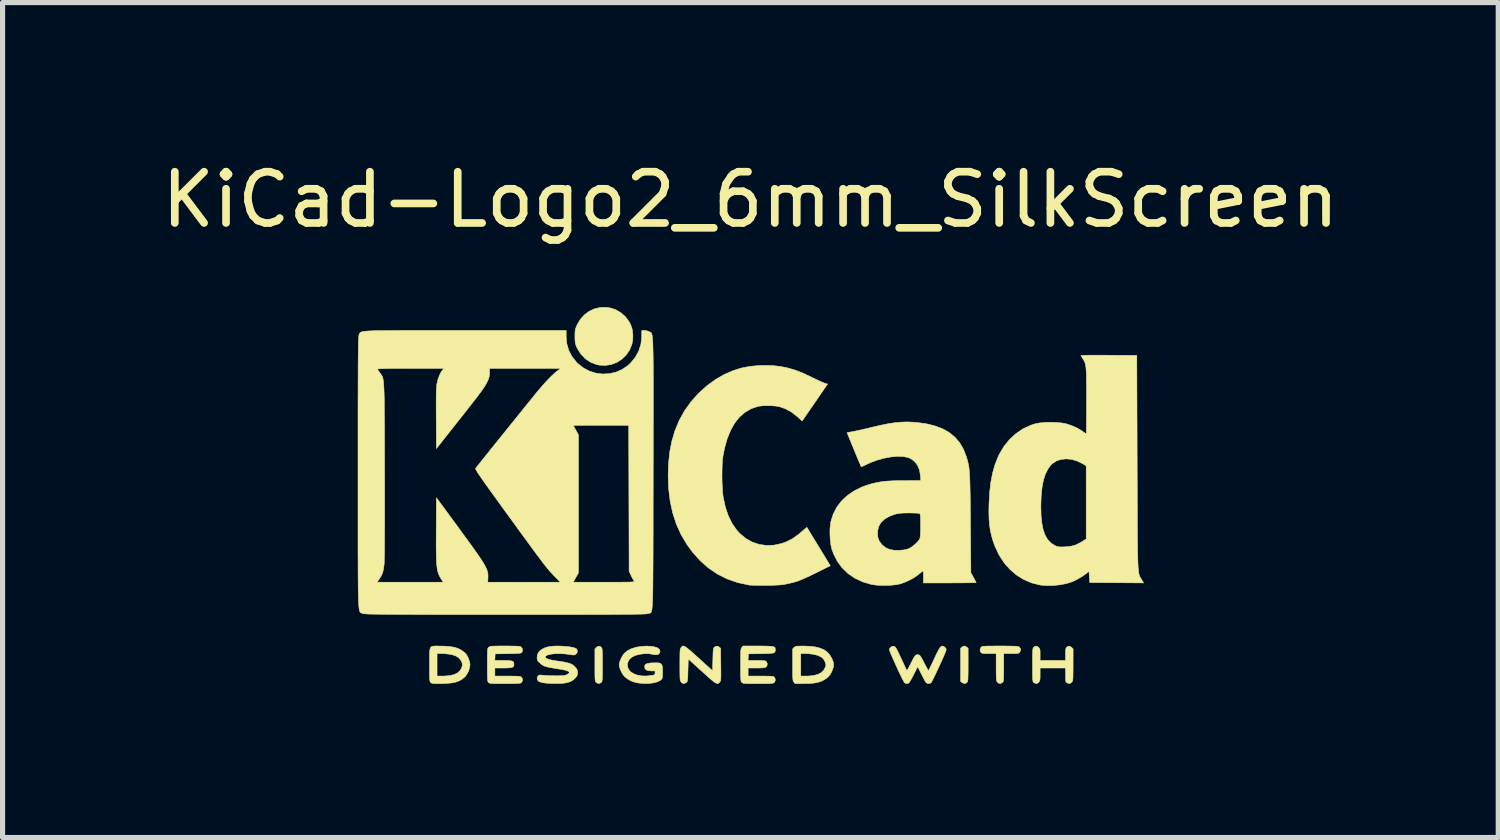
<source format=kicad_pcb>
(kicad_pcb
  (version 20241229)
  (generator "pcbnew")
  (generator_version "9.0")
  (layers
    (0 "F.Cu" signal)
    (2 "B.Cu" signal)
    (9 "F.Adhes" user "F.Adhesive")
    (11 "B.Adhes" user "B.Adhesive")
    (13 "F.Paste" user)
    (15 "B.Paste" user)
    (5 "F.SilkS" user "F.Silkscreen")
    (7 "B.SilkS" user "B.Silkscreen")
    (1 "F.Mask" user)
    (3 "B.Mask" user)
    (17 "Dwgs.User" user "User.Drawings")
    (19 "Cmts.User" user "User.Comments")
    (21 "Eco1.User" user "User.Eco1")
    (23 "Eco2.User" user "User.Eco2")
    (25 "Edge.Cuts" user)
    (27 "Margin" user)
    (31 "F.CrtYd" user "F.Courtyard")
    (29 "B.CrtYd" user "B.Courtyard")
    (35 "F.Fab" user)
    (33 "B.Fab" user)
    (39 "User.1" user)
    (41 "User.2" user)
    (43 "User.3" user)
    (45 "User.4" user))
  (footprint "KiCad-Logo2_6mm_SilkScreen"
    (layer "F.Cu")
    (at 11.601 5.928)
    (property "Reference" "KiCad-Logo2_6mm_SilkScreen" (at 0 -5.08 0) (layer "F.SilkS") (effects (font (size 1 1) (thickness 0.15))))
    (attr board_only exclude_from_pos_files exclude_from_bom allow_missing_courtyard)
    (fp_poly (pts (xy 4.2 3.642) (xy 4.224 3.657) (xy 4.251 3.678) (xy 4.251 4) (xy 4.251 4.094) (xy 4.25 4.168) (xy 4.249 4.225) (xy 4.248 4.267) (xy 4.246 4.297) (xy 4.243 4.317) (xy 4.239 4.331) (xy 4.233 4.341) (xy 4.229 4.345) (xy 4.198 4.366) (xy 4.162 4.365) (xy 4.131 4.347) (xy 4.104 4.326) (xy 4.104 3.678) (xy 4.131 3.657) (xy 4.156 3.641) (xy 4.177 3.635) (xy 4.2 3.642)) (stroke (width 0.01) (type solid)) (fill yes) (layer "F.SilkS"))
    (fp_poly (pts (xy -2.912 3.658) (xy -2.906 3.665) (xy -2.9 3.675) (xy -2.896 3.69) (xy -2.894 3.712) (xy -2.892 3.744) (xy -2.89 3.789) (xy -2.89 3.849) (xy -2.89 3.926) (xy -2.89 4.002) (xy -2.89 4.096) (xy -2.89 4.17) (xy -2.891 4.226) (xy -2.892 4.268) (xy -2.894 4.298) (xy -2.897 4.318) (xy -2.901 4.332) (xy -2.907 4.341) (xy -2.912 4.346) (xy -2.945 4.366) (xy -2.98 4.364) (xy -3.012 4.343) (xy -3.019 4.335) (xy -3.025 4.325) (xy -3.029 4.311) (xy -3.032 4.291) (xy -3.034 4.261) (xy -3.035 4.219) (xy -3.036 4.162) (xy -3.036 4.088) (xy -3.036 4.004) (xy -3.036 3.691) (xy -3.009 3.663) (xy -2.974 3.64) (xy -2.941 3.639) (xy -2.912 3.658)) (stroke (width 0.01) (type solid)) (fill yes) (layer "F.SilkS"))
    (fp_poly (pts (xy -2.726 -2.964) (xy -2.623 -2.928) (xy -2.527 -2.871) (xy -2.441 -2.795) (xy -2.369 -2.697) (xy -2.336 -2.636) (xy -2.308 -2.55) (xy -2.295 -2.451) (xy -2.296 -2.35) (xy -2.313 -2.257) (xy -2.359 -2.145) (xy -2.425 -2.047) (xy -2.509 -1.966) (xy -2.606 -1.904) (xy -2.714 -1.862) (xy -2.829 -1.844) (xy -2.948 -1.849) (xy -3.007 -1.862) (xy -3.121 -1.906) (xy -3.222 -1.974) (xy -3.309 -2.063) (xy -3.377 -2.171) (xy -3.383 -2.183) (xy -3.403 -2.227) (xy -3.415 -2.265) (xy -3.422 -2.304) (xy -3.425 -2.355) (xy -3.426 -2.41) (xy -3.425 -2.476) (xy -3.421 -2.523) (xy -3.413 -2.562) (xy -3.399 -2.6) (xy -3.382 -2.639) (xy -3.318 -2.747) (xy -3.238 -2.834) (xy -3.147 -2.901) (xy -3.047 -2.948) (xy -2.941 -2.973) (xy -2.833 -2.979) (xy -2.726 -2.964)) (stroke (width 0.01) (type solid)) (fill yes) (layer "F.SilkS"))
    (fp_poly (pts (xy 4.975 3.635) (xy 5.053 3.636) (xy 5.115 3.637) (xy 5.161 3.638) (xy 5.194 3.64) (xy 5.217 3.643) (xy 5.232 3.646) (xy 5.243 3.651) (xy 5.248 3.655) (xy 5.273 3.688) (xy 5.276 3.721) (xy 5.26 3.752) (xy 5.25 3.764) (xy 5.239 3.773) (xy 5.223 3.778) (xy 5.197 3.781) (xy 5.159 3.782) (xy 5.102 3.782) (xy 5.091 3.782) (xy 4.945 3.782) (xy 4.945 4.053) (xy 4.945 4.138) (xy 4.944 4.204) (xy 4.943 4.253) (xy 4.942 4.288) (xy 4.939 4.312) (xy 4.935 4.328) (xy 4.929 4.338) (xy 4.922 4.346) (xy 4.889 4.366) (xy 4.855 4.365) (xy 4.824 4.342) (xy 4.822 4.339) (xy 4.814 4.329) (xy 4.808 4.316) (xy 4.804 4.299) (xy 4.801 4.274) (xy 4.8 4.238) (xy 4.799 4.188) (xy 4.798 4.122) (xy 4.798 4.046) (xy 4.798 3.782) (xy 4.659 3.782) (xy 4.599 3.782) (xy 4.558 3.78) (xy 4.53 3.777) (xy 4.513 3.771) (xy 4.502 3.763) (xy 4.501 3.761) (xy 4.484 3.728) (xy 4.486 3.691) (xy 4.505 3.658) (xy 4.512 3.651) (xy 4.521 3.646) (xy 4.535 3.643) (xy 4.556 3.64) (xy 4.587 3.638) (xy 4.63 3.636) (xy 4.687 3.636) (xy 4.762 3.635) (xy 4.856 3.635) (xy 4.876 3.635) (xy 4.975 3.635)) (stroke (width 0.01) (type solid)) (fill yes) (layer "F.SilkS"))
    (fp_poly (pts (xy 6.241 3.641) (xy 6.272 3.663) (xy 6.3 3.691) (xy 6.3 4) (xy 6.3 4.092) (xy 6.299 4.164) (xy 6.298 4.219) (xy 6.297 4.26) (xy 6.295 4.289) (xy 6.291 4.309) (xy 6.287 4.323) (xy 6.281 4.333) (xy 6.276 4.339) (xy 6.245 4.364) (xy 6.21 4.367) (xy 6.178 4.351) (xy 6.167 4.343) (xy 6.16 4.331) (xy 6.156 4.312) (xy 6.154 4.281) (xy 6.153 4.235) (xy 6.153 4.199) (xy 6.153 4.064) (xy 5.656 4.064) (xy 5.656 4.187) (xy 5.656 4.243) (xy 5.654 4.282) (xy 5.649 4.308) (xy 5.642 4.326) (xy 5.633 4.339) (xy 5.602 4.364) (xy 5.567 4.367) (xy 5.533 4.349) (xy 5.524 4.34) (xy 5.518 4.328) (xy 5.514 4.309) (xy 5.511 4.28) (xy 5.51 4.236) (xy 5.509 4.174) (xy 5.509 4.16) (xy 5.509 4.044) (xy 5.508 3.948) (xy 5.508 3.87) (xy 5.509 3.809) (xy 5.51 3.762) (xy 5.512 3.727) (xy 5.514 3.701) (xy 5.517 3.684) (xy 5.521 3.672) (xy 5.526 3.664) (xy 5.532 3.658) (xy 5.564 3.638) (xy 5.597 3.641) (xy 5.628 3.663) (xy 5.641 3.677) (xy 5.649 3.693) (xy 5.654 3.716) (xy 5.656 3.75) (xy 5.656 3.802) (xy 5.656 3.917) (xy 6.153 3.917) (xy 6.153 3.799) (xy 6.153 3.744) (xy 6.155 3.707) (xy 6.16 3.683) (xy 6.167 3.668) (xy 6.175 3.658) (xy 6.207 3.638) (xy 6.241 3.641)) (stroke (width 0.01) (type solid)) (fill yes) (layer "F.SilkS"))
    (fp_poly (pts (xy 1.03 3.635) (xy 1.159 3.64) (xy 1.269 3.653) (xy 1.361 3.676) (xy 1.438 3.709) (xy 1.5 3.754) (xy 1.551 3.81) (xy 1.591 3.88) (xy 1.592 3.882) (xy 1.616 3.944) (xy 1.625 3.999) (xy 1.618 4.054) (xy 1.595 4.117) (xy 1.591 4.127) (xy 1.562 4.183) (xy 1.529 4.227) (xy 1.487 4.264) (xy 1.429 4.3) (xy 1.426 4.302) (xy 1.375 4.326) (xy 1.318 4.344) (xy 1.251 4.357) (xy 1.17 4.365) (xy 1.072 4.368) (xy 1.037 4.368) (xy 0.871 4.369) (xy 0.848 4.339) (xy 0.841 4.33) (xy 0.836 4.318) (xy 0.831 4.302) (xy 0.829 4.279) (xy 0.827 4.247) (xy 0.826 4.222) (xy 0.983 4.222) (xy 1.076 4.222) (xy 1.131 4.221) (xy 1.188 4.216) (xy 1.234 4.21) (xy 1.237 4.21) (xy 1.319 4.188) (xy 1.383 4.155) (xy 1.43 4.109) (xy 1.463 4.049) (xy 1.469 4.033) (xy 1.474 4.009) (xy 1.472 3.984) (xy 1.46 3.952) (xy 1.453 3.936) (xy 1.43 3.893) (xy 1.402 3.863) (xy 1.371 3.843) (xy 1.309 3.816) (xy 1.229 3.796) (xy 1.137 3.785) (xy 1.07 3.782) (xy 0.983 3.782) (xy 0.983 4.222) (xy 0.826 4.222) (xy 0.825 4.201) (xy 0.825 4.141) (xy 0.825 4.062) (xy 0.825 4) (xy 0.825 3.691) (xy 0.852 3.663) (xy 0.865 3.652) (xy 0.878 3.644) (xy 0.896 3.639) (xy 0.924 3.637) (xy 0.966 3.636) (xy 1.026 3.635) (xy 1.03 3.635)) (stroke (width 0.01) (type solid)) (fill yes) (layer "F.SilkS"))
    (fp_poly (pts (xy -6.11 3.635) (xy -6.07 3.636) (xy -5.954 3.638) (xy -5.858 3.647) (xy -5.776 3.661) (xy -5.707 3.683) (xy -5.647 3.714) (xy -5.592 3.753) (xy -5.572 3.77) (xy -5.54 3.81) (xy -5.511 3.864) (xy -5.488 3.924) (xy -5.476 3.981) (xy -5.475 4.002) (xy -5.483 4.061) (xy -5.504 4.125) (xy -5.535 4.186) (xy -5.572 4.235) (xy -5.578 4.24) (xy -5.629 4.282) (xy -5.684 4.314) (xy -5.748 4.338) (xy -5.823 4.354) (xy -5.912 4.364) (xy -6.019 4.369) (xy -6.068 4.369) (xy -6.13 4.369) (xy -6.174 4.367) (xy -6.203 4.365) (xy -6.222 4.36) (xy -6.235 4.353) (xy -6.242 4.346) (xy -6.249 4.339) (xy -6.254 4.329) (xy -6.258 4.315) (xy -6.261 4.293) (xy -6.263 4.26) (xy -6.264 4.216) (xy -6.265 4.156) (xy -6.265 4.078) (xy -6.265 4.002) (xy -6.265 3.901) (xy -6.265 3.821) (xy -6.264 3.782) (xy -6.118 3.782) (xy -6.118 4.222) (xy -6.025 4.222) (xy -5.969 4.221) (xy -5.91 4.216) (xy -5.861 4.211) (xy -5.86 4.21) (xy -5.781 4.191) (xy -5.719 4.161) (xy -5.673 4.119) (xy -5.643 4.073) (xy -5.625 4.022) (xy -5.626 3.974) (xy -5.647 3.923) (xy -5.689 3.87) (xy -5.746 3.831) (xy -5.821 3.805) (xy -5.871 3.795) (xy -5.928 3.789) (xy -5.988 3.784) (xy -6.039 3.782) (xy -6.042 3.782) (xy -6.118 3.782) (xy -6.264 3.782) (xy -6.264 3.758) (xy -6.259 3.711) (xy -6.251 3.678) (xy -6.238 3.656) (xy -6.218 3.643) (xy -6.191 3.637) (xy -6.155 3.635) (xy -6.11 3.635)) (stroke (width 0.01) (type solid)) (fill yes) (layer "F.SilkS"))
    (fp_poly (pts (xy -1.288 3.64) (xy -1.265 3.653) (xy -1.234 3.676) (xy -1.194 3.709) (xy -1.144 3.752) (xy -1.082 3.807) (xy -1.006 3.876) (xy -0.92 3.954) (xy -0.739 4.118) (xy -0.733 3.898) (xy -0.731 3.823) (xy -0.729 3.766) (xy -0.727 3.726) (xy -0.724 3.698) (xy -0.72 3.681) (xy -0.714 3.669) (xy -0.705 3.66) (xy -0.701 3.657) (xy -0.667 3.638) (xy -0.634 3.641) (xy -0.608 3.657) (xy -0.581 3.678) (xy -0.578 3.993) (xy -0.577 4.086) (xy -0.576 4.159) (xy -0.576 4.214) (xy -0.577 4.256) (xy -0.579 4.285) (xy -0.582 4.305) (xy -0.586 4.32) (xy -0.592 4.33) (xy -0.598 4.339) (xy -0.612 4.354) (xy -0.625 4.365) (xy -0.64 4.369) (xy -0.659 4.365) (xy -0.684 4.353) (xy -0.716 4.331) (xy -0.757 4.298) (xy -0.809 4.253) (xy -0.874 4.195) (xy -0.948 4.128) (xy -1.213 3.888) (xy -1.219 4.107) (xy -1.221 4.182) (xy -1.223 4.239) (xy -1.225 4.279) (xy -1.228 4.306) (xy -1.233 4.324) (xy -1.239 4.335) (xy -1.247 4.344) (xy -1.251 4.347) (xy -1.288 4.367) (xy -1.323 4.364) (xy -1.353 4.339) (xy -1.36 4.329) (xy -1.366 4.318) (xy -1.37 4.302) (xy -1.373 4.279) (xy -1.375 4.246) (xy -1.376 4.201) (xy -1.377 4.14) (xy -1.377 4.061) (xy -1.377 4.002) (xy -1.377 3.911) (xy -1.376 3.839) (xy -1.376 3.784) (xy -1.374 3.744) (xy -1.372 3.715) (xy -1.368 3.695) (xy -1.364 3.681) (xy -1.358 3.671) (xy -1.353 3.665) (xy -1.342 3.651) (xy -1.332 3.64) (xy -1.32 3.634) (xy -1.306 3.634) (xy -1.288 3.64)) (stroke (width 0.01) (type solid)) (fill yes) (layer "F.SilkS"))
    (fp_poly (pts (xy -1.938 3.641) (xy -1.87 3.652) (xy -1.817 3.67) (xy -1.783 3.694) (xy -1.774 3.707) (xy -1.764 3.738) (xy -1.771 3.767) (xy -1.791 3.793) (xy -1.822 3.806) (xy -1.867 3.805) (xy -1.903 3.798) (xy -1.981 3.785) (xy -2.061 3.784) (xy -2.15 3.794) (xy -2.175 3.799) (xy -2.258 3.822) (xy -2.323 3.857) (xy -2.369 3.903) (xy -2.395 3.959) (xy -2.401 3.988) (xy -2.397 4.046) (xy -2.374 4.098) (xy -2.333 4.142) (xy -2.277 4.177) (xy -2.207 4.203) (xy -2.126 4.218) (xy -2.036 4.221) (xy -1.939 4.211) (xy -1.934 4.21) (xy -1.895 4.203) (xy -1.874 4.196) (xy -1.865 4.185) (xy -1.862 4.168) (xy -1.862 4.159) (xy -1.862 4.121) (xy -1.931 4.121) (xy -1.991 4.117) (xy -2.032 4.103) (xy -2.056 4.08) (xy -2.065 4.045) (xy -2.065 4.041) (xy -2.06 4.011) (xy -2.043 3.99) (xy -2.01 3.976) (xy -1.96 3.967) (xy -1.911 3.964) (xy -1.841 3.963) (xy -1.789 3.965) (xy -1.755 3.975) (xy -1.733 3.995) (xy -1.721 4.027) (xy -1.716 4.074) (xy -1.715 4.136) (xy -1.717 4.206) (xy -1.721 4.253) (xy -1.728 4.278) (xy -1.73 4.28) (xy -1.769 4.312) (xy -1.826 4.337) (xy -1.897 4.355) (xy -1.98 4.365) (xy -2.069 4.367) (xy -2.163 4.36) (xy -2.218 4.352) (xy -2.304 4.328) (xy -2.384 4.288) (xy -2.451 4.236) (xy -2.461 4.226) (xy -2.495 4.182) (xy -2.524 4.128) (xy -2.548 4.072) (xy -2.561 4.02) (xy -2.562 4.001) (xy -2.556 3.96) (xy -2.538 3.908) (xy -2.513 3.855) (xy -2.483 3.805) (xy -2.457 3.773) (xy -2.396 3.724) (xy -2.317 3.685) (xy -2.223 3.657) (xy -2.117 3.64) (xy -2.02 3.636) (xy -1.938 3.641)) (stroke (width 0.01) (type solid)) (fill yes) (layer "F.SilkS"))
    (fp_poly (pts (xy 0.242 3.635) (xy 0.318 3.636) (xy 0.377 3.639) (xy 0.42 3.642) (xy 0.45 3.648) (xy 0.469 3.657) (xy 0.48 3.669) (xy 0.485 3.685) (xy 0.486 3.705) (xy 0.486 3.708) (xy 0.485 3.73) (xy 0.48 3.748) (xy 0.469 3.761) (xy 0.449 3.77) (xy 0.418 3.776) (xy 0.372 3.78) (xy 0.31 3.783) (xy 0.228 3.784) (xy 0.203 3.785) (xy -0.039 3.788) (xy -0.042 3.853) (xy -0.046 3.917) (xy 0.122 3.917) (xy 0.188 3.918) (xy 0.235 3.919) (xy 0.267 3.921) (xy 0.287 3.925) (xy 0.301 3.931) (xy 0.31 3.94) (xy 0.311 3.94) (xy 0.328 3.973) (xy 0.327 4.01) (xy 0.309 4.041) (xy 0.305 4.044) (xy 0.292 4.052) (xy 0.275 4.058) (xy 0.248 4.061) (xy 0.209 4.063) (xy 0.153 4.064) (xy 0.118 4.064) (xy -0.045 4.064) (xy -0.045 4.222) (xy 0.202 4.222) (xy 0.283 4.222) (xy 0.345 4.223) (xy 0.39 4.224) (xy 0.422 4.226) (xy 0.443 4.23) (xy 0.456 4.234) (xy 0.465 4.241) (xy 0.467 4.243) (xy 0.483 4.274) (xy 0.485 4.31) (xy 0.471 4.341) (xy 0.461 4.351) (xy 0.45 4.357) (xy 0.433 4.361) (xy 0.407 4.364) (xy 0.37 4.367) (xy 0.319 4.368) (xy 0.252 4.369) (xy 0.165 4.369) (xy 0.145 4.369) (xy 0.057 4.369) (xy -0.012 4.369) (xy -0.064 4.368) (xy -0.101 4.366) (xy -0.127 4.364) (xy -0.144 4.36) (xy -0.156 4.355) (xy -0.164 4.349) (xy -0.168 4.344) (xy -0.175 4.336) (xy -0.181 4.326) (xy -0.185 4.311) (xy -0.187 4.289) (xy -0.189 4.257) (xy -0.191 4.212) (xy -0.191 4.151) (xy -0.191 4.073) (xy -0.191 4.007) (xy -0.191 3.915) (xy -0.191 3.842) (xy -0.19 3.787) (xy -0.189 3.746) (xy -0.187 3.717) (xy -0.183 3.696) (xy -0.179 3.682) (xy -0.173 3.672) (xy -0.168 3.665) (xy -0.145 3.635) (xy 0.145 3.635) (xy 0.242 3.635)) (stroke (width 0.01) (type solid)) (fill yes) (layer "F.SilkS"))
    (fp_poly (pts (xy -4.701 3.635) (xy -4.632 3.636) (xy -4.579 3.637) (xy -4.541 3.638) (xy -4.514 3.641) (xy -4.496 3.644) (xy -4.484 3.649) (xy -4.475 3.655) (xy -4.472 3.658) (xy -4.452 3.689) (xy -4.449 3.725) (xy -4.462 3.757) (xy -4.468 3.763) (xy -4.478 3.769) (xy -4.493 3.774) (xy -4.518 3.778) (xy -4.554 3.78) (xy -4.605 3.782) (xy -4.673 3.784) (xy -4.736 3.785) (xy -4.984 3.788) (xy -4.987 3.853) (xy -4.99 3.917) (xy -4.822 3.917) (xy -4.749 3.918) (xy -4.696 3.921) (xy -4.659 3.927) (xy -4.636 3.936) (xy -4.623 3.952) (xy -4.618 3.974) (xy -4.617 3.994) (xy -4.619 4.019) (xy -4.629 4.037) (xy -4.648 4.05) (xy -4.679 4.058) (xy -4.727 4.062) (xy -4.792 4.064) (xy -4.828 4.064) (xy -4.989 4.064) (xy -4.989 4.222) (xy -4.741 4.222) (xy -4.66 4.222) (xy -4.598 4.223) (xy -4.552 4.224) (xy -4.52 4.226) (xy -4.499 4.229) (xy -4.485 4.234) (xy -4.475 4.24) (xy -4.47 4.245) (xy -4.453 4.272) (xy -4.447 4.296) (xy -4.455 4.325) (xy -4.47 4.346) (xy -4.478 4.353) (xy -4.488 4.359) (xy -4.503 4.362) (xy -4.526 4.365) (xy -4.559 4.367) (xy -4.606 4.368) (xy -4.668 4.369) (xy -4.75 4.369) (xy -4.792 4.369) (xy -4.882 4.369) (xy -4.952 4.369) (xy -5.005 4.368) (xy -5.044 4.366) (xy -5.071 4.364) (xy -5.09 4.36) (xy -5.102 4.356) (xy -5.11 4.35) (xy -5.113 4.346) (xy -5.12 4.339) (xy -5.125 4.329) (xy -5.129 4.314) (xy -5.132 4.292) (xy -5.134 4.26) (xy -5.135 4.215) (xy -5.136 4.155) (xy -5.136 4.077) (xy -5.136 4.004) (xy -5.136 3.911) (xy -5.136 3.838) (xy -5.135 3.782) (xy -5.134 3.74) (xy -5.132 3.711) (xy -5.129 3.691) (xy -5.125 3.678) (xy -5.119 3.669) (xy -5.112 3.661) (xy -5.11 3.66) (xy -5.101 3.652) (xy -5.091 3.647) (xy -5.077 3.642) (xy -5.056 3.639) (xy -5.025 3.637) (xy -4.981 3.636) (xy -4.922 3.635) (xy -4.845 3.635) (xy -4.79 3.635) (xy -4.701 3.635)) (stroke (width 0.01) (type solid)) (fill yes) (layer "F.SilkS"))
    (fp_poly (pts (xy 3.756 3.637) (xy 3.776 3.644) (xy 3.777 3.645) (xy 3.803 3.665) (xy 3.818 3.686) (xy 3.821 3.696) (xy 3.821 3.709) (xy 3.817 3.727) (xy 3.808 3.753) (xy 3.793 3.79) (xy 3.772 3.839) (xy 3.744 3.903) (xy 3.707 3.983) (xy 3.687 4.027) (xy 3.65 4.106) (xy 3.616 4.179) (xy 3.585 4.242) (xy 3.559 4.294) (xy 3.54 4.331) (xy 3.527 4.352) (xy 3.525 4.355) (xy 3.494 4.367) (xy 3.459 4.366) (xy 3.431 4.351) (xy 3.43 4.349) (xy 3.418 4.332) (xy 3.4 4.299) (xy 3.376 4.255) (xy 3.349 4.202) (xy 3.339 4.183) (xy 3.266 4.036) (xy 3.186 4.196) (xy 3.157 4.251) (xy 3.131 4.298) (xy 3.109 4.335) (xy 3.093 4.357) (xy 3.088 4.362) (xy 3.046 4.368) (xy 3.012 4.355) (xy 3.001 4.341) (xy 2.984 4.309) (xy 2.96 4.263) (xy 2.932 4.205) (xy 2.901 4.14) (xy 2.869 4.07) (xy 2.835 3.997) (xy 2.804 3.927) (xy 2.774 3.86) (xy 2.749 3.801) (xy 2.729 3.753) (xy 2.716 3.718) (xy 2.712 3.7) (xy 2.712 3.7) (xy 2.723 3.678) (xy 2.745 3.655) (xy 2.746 3.654) (xy 2.774 3.639) (xy 2.799 3.639) (xy 2.808 3.642) (xy 2.82 3.648) (xy 2.832 3.66) (xy 2.846 3.681) (xy 2.864 3.713) (xy 2.887 3.759) (xy 2.917 3.821) (xy 2.943 3.878) (xy 2.974 3.944) (xy 3.002 4.004) (xy 3.025 4.054) (xy 3.042 4.091) (xy 3.051 4.112) (xy 3.052 4.115) (xy 3.058 4.11) (xy 3.073 4.087) (xy 3.093 4.051) (xy 3.117 4.004) (xy 3.127 3.985) (xy 3.16 3.92) (xy 3.185 3.873) (xy 3.205 3.84) (xy 3.222 3.82) (xy 3.237 3.809) (xy 3.253 3.805) (xy 3.264 3.805) (xy 3.282 3.806) (xy 3.299 3.813) (xy 3.315 3.828) (xy 3.333 3.853) (xy 3.355 3.892) (xy 3.384 3.948) (xy 3.4 3.979) (xy 3.426 4.029) (xy 3.449 4.071) (xy 3.466 4.1) (xy 3.476 4.114) (xy 3.478 4.115) (xy 3.484 4.104) (xy 3.498 4.075) (xy 3.519 4.032) (xy 3.546 3.978) (xy 3.575 3.915) (xy 3.59 3.883) (xy 3.628 3.802) (xy 3.659 3.74) (xy 3.683 3.694) (xy 3.704 3.663) (xy 3.722 3.645) (xy 3.739 3.637) (xy 3.756 3.637)) (stroke (width 0.01) (type solid)) (fill yes) (layer "F.SilkS"))
    (fp_poly (pts (xy -3.68 3.637) (xy -3.605 3.642) (xy -3.536 3.65) (xy -3.475 3.661) (xy -3.428 3.674) (xy -3.399 3.689) (xy -3.394 3.693) (xy -3.378 3.728) (xy -3.383 3.764) (xy -3.408 3.794) (xy -3.409 3.795) (xy -3.423 3.804) (xy -3.438 3.809) (xy -3.459 3.81) (xy -3.492 3.806) (xy -3.54 3.798) (xy -3.544 3.798) (xy -3.617 3.789) (xy -3.696 3.784) (xy -3.774 3.784) (xy -3.848 3.788) (xy -3.91 3.797) (xy -3.957 3.809) (xy -3.96 3.81) (xy -3.993 3.829) (xy -4.005 3.848) (xy -3.996 3.867) (xy -3.966 3.885) (xy -3.917 3.901) (xy -3.849 3.916) (xy -3.804 3.923) (xy -3.71 3.936) (xy -3.635 3.948) (xy -3.576 3.961) (xy -3.53 3.974) (xy -3.494 3.989) (xy -3.464 4.007) (xy -3.438 4.03) (xy -3.417 4.052) (xy -3.391 4.083) (xy -3.379 4.11) (xy -3.375 4.142) (xy -3.375 4.154) (xy -3.378 4.194) (xy -3.389 4.223) (xy -3.41 4.25) (xy -3.451 4.29) (xy -3.496 4.32) (xy -3.55 4.342) (xy -3.615 4.357) (xy -3.695 4.365) (xy -3.793 4.367) (xy -3.81 4.367) (xy -3.875 4.366) (xy -3.94 4.363) (xy -3.998 4.359) (xy -4.04 4.353) (xy -4.044 4.353) (xy -4.086 4.343) (xy -4.122 4.33) (xy -4.142 4.318) (xy -4.161 4.288) (xy -4.163 4.252) (xy -4.146 4.22) (xy -4.143 4.217) (xy -4.128 4.206) (xy -4.109 4.201) (xy -4.079 4.202) (xy -4.044 4.206) (xy -4.004 4.21) (xy -3.949 4.213) (xy -3.884 4.215) (xy -3.816 4.216) (xy -3.798 4.216) (xy -3.73 4.216) (xy -3.681 4.215) (xy -3.645 4.212) (xy -3.619 4.207) (xy -3.597 4.2) (xy -3.584 4.194) (xy -3.556 4.177) (xy -3.538 4.162) (xy -3.536 4.158) (xy -3.541 4.14) (xy -3.568 4.123) (xy -3.613 4.108) (xy -3.675 4.094) (xy -3.693 4.091) (xy -3.789 4.076) (xy -3.866 4.063) (xy -3.926 4.052) (xy -3.973 4.042) (xy -4.009 4.031) (xy -4.038 4.019) (xy -4.062 4.005) (xy -4.084 3.988) (xy -4.108 3.968) (xy -4.116 3.96) (xy -4.144 3.933) (xy -4.158 3.911) (xy -4.164 3.886) (xy -4.165 3.855) (xy -4.155 3.794) (xy -4.124 3.742) (xy -4.073 3.699) (xy -4.002 3.666) (xy -3.951 3.651) (xy -3.895 3.642) (xy -3.829 3.636) (xy -3.756 3.635) (xy -3.68 3.637)) (stroke (width 0.01) (type solid)) (fill yes) (layer "F.SilkS"))
    (fp_poly (pts (xy 0.44 -1.84) (xy 0.588 -1.823) (xy 0.731 -1.794) (xy 0.876 -1.751) (xy 1.028 -1.692) (xy 1.192 -1.615) (xy 1.222 -1.6) (xy 1.29 -1.567) (xy 1.354 -1.537) (xy 1.408 -1.513) (xy 1.446 -1.498) (xy 1.451 -1.496) (xy 1.506 -1.48) (xy 1.26 -1.121) (xy 1.2 -1.033) (xy 1.144 -0.953) (xy 1.096 -0.883) (xy 1.057 -0.826) (xy 1.029 -0.785) (xy 1.013 -0.763) (xy 1.011 -0.759) (xy 1 -0.767) (xy 0.975 -0.789) (xy 0.939 -0.823) (xy 0.919 -0.841) (xy 0.806 -0.931) (xy 0.679 -0.999) (xy 0.57 -1.037) (xy 0.504 -1.049) (xy 0.422 -1.056) (xy 0.333 -1.058) (xy 0.247 -1.056) (xy 0.173 -1.048) (xy 0.144 -1.043) (xy 0.011 -0.997) (xy -0.108 -0.927) (xy -0.215 -0.834) (xy -0.308 -0.716) (xy -0.387 -0.575) (xy -0.454 -0.411) (xy -0.506 -0.223) (xy -0.537 -0.062) (xy -0.546 0.009) (xy -0.551 0.101) (xy -0.554 0.207) (xy -0.555 0.32) (xy -0.553 0.435) (xy -0.548 0.544) (xy -0.542 0.64) (xy -0.533 0.718) (xy -0.531 0.73) (xy -0.489 0.923) (xy -0.431 1.094) (xy -0.357 1.243) (xy -0.267 1.372) (xy -0.203 1.442) (xy -0.089 1.536) (xy 0.037 1.606) (xy 0.172 1.651) (xy 0.313 1.671) (xy 0.459 1.666) (xy 0.608 1.634) (xy 0.696 1.603) (xy 0.818 1.542) (xy 0.943 1.453) (xy 1.013 1.393) (xy 1.053 1.358) (xy 1.084 1.332) (xy 1.101 1.32) (xy 1.104 1.32) (xy 1.112 1.332) (xy 1.132 1.366) (xy 1.163 1.416) (xy 1.203 1.482) (xy 1.251 1.56) (xy 1.304 1.647) (xy 1.334 1.696) (xy 1.56 2.067) (xy 1.278 2.207) (xy 1.176 2.257) (xy 1.093 2.296) (xy 1.025 2.327) (xy 0.966 2.351) (xy 0.911 2.371) (xy 0.855 2.388) (xy 0.794 2.403) (xy 0.735 2.417) (xy 0.682 2.428) (xy 0.627 2.437) (xy 0.565 2.443) (xy 0.488 2.447) (xy 0.394 2.45) (xy 0.33 2.451) (xy 0.238 2.452) (xy 0.151 2.451) (xy 0.073 2.45) (xy 0.01 2.447) (xy -0.032 2.444) (xy -0.034 2.443) (xy -0.25 2.396) (xy -0.452 2.326) (xy -0.642 2.231) (xy -0.818 2.112) (xy -0.98 1.969) (xy -1.129 1.803) (xy -1.238 1.654) (xy -1.353 1.461) (xy -1.446 1.256) (xy -1.517 1.038) (xy -1.567 0.807) (xy -1.597 0.56) (xy -1.606 0.309) (xy -1.598 0.066) (xy -1.574 -0.158) (xy -1.533 -0.368) (xy -1.474 -0.565) (xy -1.396 -0.756) (xy -1.387 -0.776) (xy -1.284 -0.96) (xy -1.159 -1.135) (xy -1.013 -1.298) (xy -0.851 -1.445) (xy -0.676 -1.572) (xy -0.514 -1.665) (xy -0.349 -1.738) (xy -0.185 -1.791) (xy -0.013 -1.825) (xy 0.171 -1.842) (xy 0.281 -1.844) (xy 0.44 -1.84)) (stroke (width 0.01) (type solid)) (fill yes) (layer "F.SilkS"))
    (fp_poly (pts (xy 6.842 -2.043) (xy 6.959 -2.043) (xy 6.999 -2.042) (xy 7.544 -2.039) (xy 7.551 0.055) (xy 7.552 0.339) (xy 7.553 0.597) (xy 7.554 0.83) (xy 7.555 1.039) (xy 7.555 1.227) (xy 7.556 1.393) (xy 7.557 1.54) (xy 7.559 1.669) (xy 7.56 1.782) (xy 7.562 1.879) (xy 7.564 1.961) (xy 7.567 2.031) (xy 7.57 2.09) (xy 7.574 2.138) (xy 7.578 2.177) (xy 7.582 2.209) (xy 7.588 2.235) (xy 7.594 2.257) (xy 7.601 2.274) (xy 7.609 2.29) (xy 7.618 2.305) (xy 7.627 2.32) (xy 7.638 2.337) (xy 7.64 2.341) (xy 7.676 2.403) (xy 7.15 2.399) (xy 6.625 2.396) (xy 6.618 2.28) (xy 6.614 2.225) (xy 6.61 2.193) (xy 6.605 2.18) (xy 6.597 2.183) (xy 6.59 2.19) (xy 6.561 2.217) (xy 6.514 2.251) (xy 6.456 2.289) (xy 6.392 2.326) (xy 6.33 2.359) (xy 6.283 2.38) (xy 6.171 2.415) (xy 6.044 2.44) (xy 5.909 2.454) (xy 5.777 2.455) (xy 5.656 2.444) (xy 5.654 2.444) (xy 5.49 2.402) (xy 5.335 2.336) (xy 5.193 2.247) (xy 5.065 2.137) (xy 4.951 2.006) (xy 4.854 1.856) (xy 4.775 1.689) (xy 4.731 1.565) (xy 4.703 1.462) (xy 4.682 1.361) (xy 4.667 1.258) (xy 4.659 1.146) (xy 4.656 1.019) (xy 4.658 0.915) (xy 5.671 0.915) (xy 5.675 1.089) (xy 5.691 1.239) (xy 5.716 1.366) (xy 5.754 1.471) (xy 5.803 1.555) (xy 5.864 1.621) (xy 5.934 1.668) (xy 5.971 1.685) (xy 6.003 1.695) (xy 6.038 1.7) (xy 6.086 1.701) (xy 6.137 1.699) (xy 6.238 1.69) (xy 6.318 1.672) (xy 6.343 1.664) (xy 6.4 1.638) (xy 6.461 1.605) (xy 6.487 1.589) (xy 6.556 1.544) (xy 6.556 0.117) (xy 6.48 0.072) (xy 6.375 0.021) (xy 6.268 -0.01) (xy 6.162 -0.019) (xy 6.061 -0.008) (xy 5.97 0.023) (xy 5.893 0.075) (xy 5.868 0.099) (xy 5.808 0.181) (xy 5.759 0.279) (xy 5.721 0.396) (xy 5.695 0.533) (xy 5.678 0.692) (xy 5.671 0.876) (xy 5.671 0.915) (xy 4.658 0.915) (xy 4.658 0.872) (xy 4.67 0.646) (xy 4.693 0.442) (xy 4.729 0.258) (xy 4.777 0.089) (xy 4.839 -0.066) (xy 4.861 -0.112) (xy 4.95 -0.262) (xy 5.058 -0.396) (xy 5.182 -0.51) (xy 5.319 -0.604) (xy 5.468 -0.674) (xy 5.557 -0.703) (xy 5.644 -0.72) (xy 5.749 -0.73) (xy 5.863 -0.734) (xy 5.977 -0.73) (xy 6.083 -0.719) (xy 6.167 -0.703) (xy 6.268 -0.67) (xy 6.366 -0.628) (xy 6.451 -0.58) (xy 6.497 -0.548) (xy 6.528 -0.525) (xy 6.55 -0.51) (xy 6.555 -0.508) (xy 6.557 -0.521) (xy 6.558 -0.559) (xy 6.559 -0.619) (xy 6.561 -0.699) (xy 6.562 -0.795) (xy 6.562 -0.906) (xy 6.563 -1.027) (xy 6.563 -1.151) (xy 6.563 -1.31) (xy 6.562 -1.444) (xy 6.561 -1.555) (xy 6.56 -1.647) (xy 6.557 -1.721) (xy 6.553 -1.781) (xy 6.548 -1.829) (xy 6.54 -1.867) (xy 6.531 -1.898) (xy 6.52 -1.925) (xy 6.507 -1.949) (xy 6.49 -1.975) (xy 6.488 -1.978) (xy 6.467 -2.011) (xy 6.455 -2.034) (xy 6.453 -2.039) (xy 6.466 -2.04) (xy 6.504 -2.041) (xy 6.563 -2.042) (xy 6.642 -2.043) (xy 6.735 -2.043) (xy 6.842 -2.043)) (stroke (width 0.01) (type solid)) (fill yes) (layer "F.SilkS"))
    (fp_poly (pts (xy 3.168 -0.736) (xy 3.236 -0.731) (xy 3.43 -0.705) (xy 3.603 -0.663) (xy 3.753 -0.606) (xy 3.884 -0.532) (xy 3.994 -0.441) (xy 4.086 -0.333) (xy 4.16 -0.206) (xy 4.214 -0.069) (xy 4.227 -0.025) (xy 4.239 0.016) (xy 4.249 0.057) (xy 4.258 0.099) (xy 4.266 0.145) (xy 4.272 0.196) (xy 4.277 0.257) (xy 4.281 0.327) (xy 4.285 0.411) (xy 4.287 0.509) (xy 4.29 0.624) (xy 4.292 0.759) (xy 4.293 0.915) (xy 4.295 1.095) (xy 4.296 1.236) (xy 4.304 2.204) (xy 4.356 2.297) (xy 4.38 2.342) (xy 4.398 2.377) (xy 4.407 2.395) (xy 4.407 2.396) (xy 4.394 2.398) (xy 4.356 2.399) (xy 4.297 2.4) (xy 4.22 2.401) (xy 4.127 2.402) (xy 4.021 2.402) (xy 3.906 2.403) (xy 3.892 2.403) (xy 3.378 2.403) (xy 3.378 2.286) (xy 3.377 2.233) (xy 3.374 2.193) (xy 3.371 2.171) (xy 3.369 2.169) (xy 3.356 2.178) (xy 3.328 2.2) (xy 3.291 2.231) (xy 3.29 2.231) (xy 3.224 2.281) (xy 3.14 2.331) (xy 3.048 2.376) (xy 2.957 2.411) (xy 2.918 2.423) (xy 2.838 2.439) (xy 2.741 2.448) (xy 2.635 2.453) (xy 2.528 2.451) (xy 2.43 2.443) (xy 2.362 2.432) (xy 2.194 2.383) (xy 2.042 2.312) (xy 1.909 2.222) (xy 1.794 2.112) (xy 1.699 1.984) (xy 1.625 1.839) (xy 1.592 1.751) (xy 1.572 1.665) (xy 1.559 1.562) (xy 1.553 1.451) (xy 1.553 1.435) (xy 2.482 1.435) (xy 2.489 1.517) (xy 2.515 1.586) (xy 2.562 1.649) (xy 2.581 1.668) (xy 2.645 1.718) (xy 2.72 1.75) (xy 2.81 1.766) (xy 2.904 1.767) (xy 2.994 1.759) (xy 3.062 1.744) (xy 3.092 1.733) (xy 3.145 1.703) (xy 3.202 1.66) (xy 3.254 1.612) (xy 3.293 1.566) (xy 3.303 1.549) (xy 3.311 1.526) (xy 3.317 1.488) (xy 3.32 1.433) (xy 3.322 1.357) (xy 3.323 1.284) (xy 3.322 1.199) (xy 3.321 1.138) (xy 3.319 1.096) (xy 3.315 1.07) (xy 3.309 1.055) (xy 3.301 1.048) (xy 3.299 1.046) (xy 3.276 1.043) (xy 3.233 1.04) (xy 3.173 1.038) (xy 3.104 1.037) (xy 3.089 1.037) (xy 2.997 1.038) (xy 2.925 1.043) (xy 2.869 1.051) (xy 2.822 1.062) (xy 2.706 1.106) (xy 2.615 1.16) (xy 2.548 1.225) (xy 2.504 1.302) (xy 2.484 1.391) (xy 2.482 1.435) (xy 1.553 1.435) (xy 1.554 1.342) (xy 1.564 1.245) (xy 1.571 1.205) (xy 1.617 1.059) (xy 1.687 0.924) (xy 1.78 0.802) (xy 1.895 0.695) (xy 2.03 0.603) (xy 2.183 0.528) (xy 2.313 0.482) (xy 2.401 0.459) (xy 2.484 0.44) (xy 2.569 0.426) (xy 2.661 0.416) (xy 2.765 0.41) (xy 2.888 0.407) (xy 2.998 0.406) (xy 3.326 0.405) (xy 3.319 0.307) (xy 3.302 0.2) (xy 3.264 0.108) (xy 3.207 0.033) (xy 3.134 -0.022) (xy 3.07 -0.048) (xy 2.977 -0.065) (xy 2.867 -0.068) (xy 2.745 -0.057) (xy 2.615 -0.033) (xy 2.483 0.003) (xy 2.354 0.049) (xy 2.261 0.092) (xy 2.216 0.114) (xy 2.181 0.129) (xy 2.164 0.135) (xy 2.163 0.135) (xy 2.157 0.121) (xy 2.142 0.086) (xy 2.119 0.032) (xy 2.09 -0.037) (xy 2.056 -0.118) (xy 2.022 -0.201) (xy 1.886 -0.532) (xy 1.983 -0.548) (xy 2.025 -0.556) (xy 2.088 -0.57) (xy 2.167 -0.587) (xy 2.257 -0.608) (xy 2.351 -0.63) (xy 2.389 -0.64) (xy 2.552 -0.677) (xy 2.694 -0.706) (xy 2.822 -0.725) (xy 2.939 -0.736) (xy 3.053 -0.74) (xy 3.168 -0.736)) (stroke (width 0.01) (type solid)) (fill yes) (layer "F.SilkS"))
    (fp_poly (pts (xy -5.956 -2.526) (xy -5.691 -2.526) (xy -5.568 -2.526) (xy -3.597 -2.526) (xy -3.597 -2.41) (xy -3.585 -2.269) (xy -3.547 -2.138) (xy -3.485 -2.018) (xy -3.396 -1.907) (xy -3.366 -1.877) (xy -3.258 -1.793) (xy -3.14 -1.731) (xy -3.013 -1.692) (xy -2.883 -1.676) (xy -2.752 -1.683) (xy -2.625 -1.712) (xy -2.504 -1.765) (xy -2.393 -1.84) (xy -2.343 -1.886) (xy -2.25 -1.997) (xy -2.182 -2.12) (xy -2.139 -2.252) (xy -2.122 -2.392) (xy -2.122 -2.406) (xy -2.121 -2.526) (xy -2.068 -2.526) (xy -2.022 -2.52) (xy -1.979 -2.504) (xy -1.976 -2.503) (xy -1.966 -2.498) (xy -1.957 -2.494) (xy -1.949 -2.49) (xy -1.942 -2.485) (xy -1.935 -2.477) (xy -1.929 -2.467) (xy -1.924 -2.451) (xy -1.919 -2.43) (xy -1.915 -2.402) (xy -1.911 -2.366) (xy -1.908 -2.321) (xy -1.905 -2.266) (xy -1.903 -2.199) (xy -1.901 -2.12) (xy -1.899 -2.027) (xy -1.898 -1.919) (xy -1.897 -1.795) (xy -1.897 -1.654) (xy -1.896 -1.495) (xy -1.896 -1.317) (xy -1.896 -1.118) (xy -1.896 -0.897) (xy -1.897 -0.654) (xy -1.897 -0.386) (xy -1.897 -0.094) (xy -1.898 0.224) (xy -1.898 0.263) (xy -1.898 0.584) (xy -1.899 0.878) (xy -1.899 1.147) (xy -1.899 1.392) (xy -1.9 1.614) (xy -1.9 1.814) (xy -1.901 1.994) (xy -1.902 2.154) (xy -1.903 2.296) (xy -1.904 2.421) (xy -1.905 2.529) (xy -1.907 2.623) (xy -1.909 2.702) (xy -1.911 2.769) (xy -1.914 2.825) (xy -1.918 2.87) (xy -1.921 2.906) (xy -1.926 2.934) (xy -1.931 2.954) (xy -1.936 2.969) (xy -1.942 2.979) (xy -1.949 2.986) (xy -1.956 2.99) (xy -1.965 2.993) (xy -1.974 2.995) (xy -1.983 2.999) (xy -1.986 3) (xy -1.993 3.002) (xy -2.006 3.005) (xy -2.025 3.007) (xy -2.051 3.009) (xy -2.085 3.01) (xy -2.129 3.012) (xy -2.184 3.013) (xy -2.25 3.014) (xy -2.329 3.015) (xy -2.422 3.016) (xy -2.53 3.017) (xy -2.654 3.018) (xy -2.795 3.019) (xy -2.955 3.019) (xy -3.134 3.019) (xy -3.333 3.02) (xy -3.554 3.02) (xy -3.798 3.02) (xy -4.066 3.02) (xy -4.358 3.02) (xy -4.677 3.02) (xy -4.78 3.02) (xy -5.106 3.02) (xy -5.405 3.02) (xy -5.679 3.02) (xy -5.929 3.02) (xy -6.156 3.02) (xy -6.361 3.019) (xy -6.545 3.019) (xy -6.71 3.018) (xy -6.856 3.018) (xy -6.984 3.017) (xy -7.097 3.016) (xy -7.194 3.015) (xy -7.277 3.014) (xy -7.347 3.013) (xy -7.405 3.012) (xy -7.453 3.011) (xy -7.491 3.009) (xy -7.52 3.007) (xy -7.542 3.005) (xy -7.558 3.003) (xy -7.569 3.001) (xy -7.574 2.998) (xy -7.585 2.994) (xy -7.594 2.991) (xy -7.603 2.988) (xy -7.611 2.983) (xy -7.618 2.977) (xy -7.624 2.967) (xy -7.63 2.952) (xy -7.635 2.932) (xy -7.64 2.905) (xy -7.644 2.87) (xy -7.647 2.826) (xy -7.65 2.772) (xy -7.653 2.706) (xy -7.655 2.628) (xy -7.657 2.536) (xy -7.658 2.43) (xy -7.658 2.389) (xy -7.292 2.389) (xy -5.997 2.389) (xy -6.022 2.351) (xy -6.046 2.312) (xy -6.067 2.275) (xy -6.085 2.238) (xy -6.099 2.197) (xy -6.111 2.15) (xy -6.119 2.094) (xy -6.126 2.028) (xy -6.13 1.948) (xy -6.133 1.852) (xy -6.135 1.736) (xy -6.135 1.6) (xy -6.134 1.439) (xy -6.134 1.379) (xy -6.13 0.74) (xy -5.725 1.291) (xy -5.611 1.448) (xy -5.511 1.584) (xy -5.426 1.702) (xy -5.354 1.803) (xy -5.294 1.889) (xy -5.245 1.963) (xy -5.206 2.025) (xy -5.177 2.078) (xy -5.154 2.123) (xy -5.139 2.163) (xy -5.129 2.198) (xy -5.124 2.231) (xy -5.123 2.264) (xy -5.123 2.299) (xy -5.124 2.303) (xy -5.128 2.389) (xy -3.709 2.389) (xy -3.814 2.283) (xy -3.843 2.253) (xy -3.87 2.225) (xy -3.897 2.196) (xy -3.925 2.165) (xy -3.955 2.129) (xy -3.988 2.088) (xy -4.026 2.041) (xy -4.069 1.984) (xy -4.119 1.917) (xy -4.178 1.839) (xy -4.245 1.748) (xy -4.323 1.641) (xy -4.413 1.518) (xy -4.516 1.378) (xy -4.632 1.217) (xy -4.728 1.086) (xy -4.848 0.921) (xy -4.952 0.776) (xy -5.043 0.651) (xy -5.12 0.544) (xy -5.184 0.454) (xy -5.237 0.379) (xy -5.279 0.317) (xy -5.312 0.269) (xy -5.336 0.231) (xy -5.352 0.203) (xy -5.362 0.184) (xy -5.365 0.172) (xy -5.364 0.165) (xy -5.351 0.148) (xy -5.322 0.112) (xy -5.279 0.058) (xy -5.225 -0.01) (xy -5.16 -0.091) (xy -5.086 -0.183) (xy -5.006 -0.283) (xy -4.921 -0.389) (xy -4.832 -0.499) (xy -4.742 -0.611) (xy -4.692 -0.673) (xy -3.459 -0.673) (xy -3.408 -0.58) (xy -3.357 -0.487) (xy -3.357 2.204) (xy -3.408 2.296) (xy -3.459 2.389) (xy -2.853 2.389) (xy -2.709 2.389) (xy -2.589 2.389) (xy -2.493 2.388) (xy -2.417 2.388) (xy -2.359 2.386) (xy -2.317 2.385) (xy -2.289 2.382) (xy -2.273 2.379) (xy -2.266 2.375) (xy -2.265 2.37) (xy -2.269 2.365) (xy -2.27 2.365) (xy -2.287 2.34) (xy -2.31 2.299) (xy -2.33 2.258) (xy -2.368 2.176) (xy -2.376 -0.673) (xy -3.459 -0.673) (xy -4.692 -0.673) (xy -4.651 -0.723) (xy -4.563 -0.832) (xy -4.479 -0.937) (xy -4.4 -1.035) (xy -4.328 -1.124) (xy -4.264 -1.202) (xy -4.212 -1.267) (xy -4.172 -1.317) (xy -4.148 -1.346) (xy -4.056 -1.453) (xy -3.968 -1.55) (xy -3.886 -1.634) (xy -3.814 -1.701) (xy -3.763 -1.741) (xy -3.703 -1.785) (xy -5.092 -1.785) (xy -5.092 -1.703) (xy -5.096 -1.643) (xy -5.11 -1.588) (xy -5.133 -1.535) (xy -5.148 -1.505) (xy -5.163 -1.476) (xy -5.182 -1.445) (xy -5.204 -1.41) (xy -5.232 -1.369) (xy -5.267 -1.322) (xy -5.31 -1.264) (xy -5.362 -1.195) (xy -5.426 -1.113) (xy -5.503 -1.015) (xy -5.593 -0.9) (xy -5.7 -0.765) (xy -5.712 -0.75) (xy -6.13 -0.221) (xy -6.134 -0.807) (xy -6.135 -0.983) (xy -6.135 -1.131) (xy -6.134 -1.254) (xy -6.132 -1.35) (xy -6.128 -1.421) (xy -6.124 -1.467) (xy -6.123 -1.475) (xy -6.101 -1.567) (xy -6.071 -1.649) (xy -6.038 -1.716) (xy -6.018 -1.744) (xy -5.984 -1.785) (xy -6.638 -1.785) (xy -6.794 -1.785) (xy -6.924 -1.784) (xy -7.031 -1.784) (xy -7.116 -1.782) (xy -7.182 -1.781) (xy -7.229 -1.779) (xy -7.26 -1.776) (xy -7.277 -1.773) (xy -7.282 -1.769) (xy -7.282 -1.768) (xy -7.268 -1.747) (xy -7.245 -1.714) (xy -7.233 -1.697) (xy -7.22 -1.68) (xy -7.209 -1.665) (xy -7.199 -1.65) (xy -7.19 -1.635) (xy -7.183 -1.616) (xy -7.176 -1.593) (xy -7.17 -1.565) (xy -7.165 -1.53) (xy -7.161 -1.486) (xy -7.157 -1.432) (xy -7.154 -1.367) (xy -7.151 -1.288) (xy -7.149 -1.196) (xy -7.148 -1.087) (xy -7.147 -0.961) (xy -7.146 -0.816) (xy -7.145 -0.651) (xy -7.144 -0.464) (xy -7.144 -0.253) (xy -7.143 -0.018) (xy -7.143 0.198) (xy -7.142 0.439) (xy -7.142 0.668) (xy -7.142 0.885) (xy -7.142 1.089) (xy -7.142 1.276) (xy -7.143 1.447) (xy -7.144 1.6) (xy -7.145 1.732) (xy -7.146 1.844) (xy -7.148 1.932) (xy -7.149 1.996) (xy -7.151 2.035) (xy -7.151 2.039) (xy -7.163 2.132) (xy -7.182 2.207) (xy -7.211 2.273) (xy -7.253 2.337) (xy -7.258 2.344) (xy -7.292 2.389) (xy -7.658 2.389) (xy -7.659 2.307) (xy -7.66 2.168) (xy -7.66 2.011) (xy -7.661 1.834) (xy -7.661 1.636) (xy -7.661 1.418) (xy -7.661 1.176) (xy -7.661 0.911) (xy -7.661 0.62) (xy -7.661 0.304) (xy -7.661 0.241) (xy -7.661 -0.079) (xy -7.661 -0.372) (xy -7.661 -0.641) (xy -7.661 -0.885) (xy -7.661 -1.106) (xy -7.66 -1.305) (xy -7.66 -1.484) (xy -7.659 -1.643) (xy -7.659 -1.784) (xy -7.658 -1.907) (xy -7.657 -2.015) (xy -7.656 -2.107) (xy -7.655 -2.185) (xy -7.654 -2.25) (xy -7.653 -2.304) (xy -7.651 -2.347) (xy -7.649 -2.381) (xy -7.647 -2.406) (xy -7.645 -2.425) (xy -7.643 -2.437) (xy -7.64 -2.444) (xy -7.64 -2.444) (xy -7.635 -2.455) (xy -7.631 -2.466) (xy -7.626 -2.475) (xy -7.62 -2.483) (xy -7.61 -2.49) (xy -7.596 -2.496) (xy -7.576 -2.502) (xy -7.549 -2.507) (xy -7.514 -2.511) (xy -7.469 -2.515) (xy -7.413 -2.518) (xy -7.345 -2.52) (xy -7.263 -2.522) (xy -7.166 -2.523) (xy -7.052 -2.524) (xy -6.921 -2.525) (xy -6.771 -2.526) (xy -6.601 -2.526) (xy -6.409 -2.526) (xy -6.195 -2.526) (xy -5.956 -2.526)) (stroke (width 0.01) (type solid)) (fill yes) (layer "F.SilkS")))
  (gr_rect
    (start -3 -3)
    (end 26.202 13.302)
    (stroke (width 0.1) (type default))
    (fill no)
    (layer "Edge.Cuts")))
</source>
